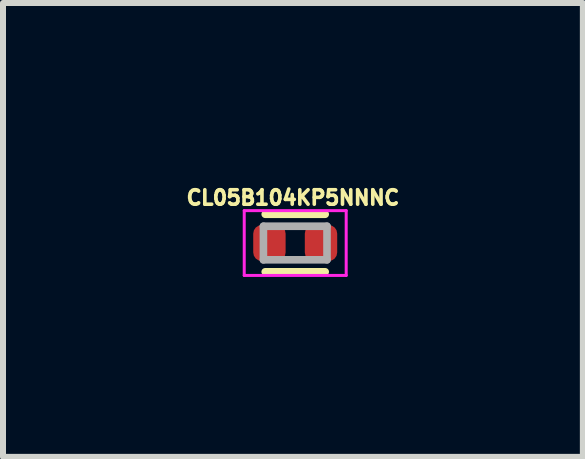
<source format=kicad_pcb>
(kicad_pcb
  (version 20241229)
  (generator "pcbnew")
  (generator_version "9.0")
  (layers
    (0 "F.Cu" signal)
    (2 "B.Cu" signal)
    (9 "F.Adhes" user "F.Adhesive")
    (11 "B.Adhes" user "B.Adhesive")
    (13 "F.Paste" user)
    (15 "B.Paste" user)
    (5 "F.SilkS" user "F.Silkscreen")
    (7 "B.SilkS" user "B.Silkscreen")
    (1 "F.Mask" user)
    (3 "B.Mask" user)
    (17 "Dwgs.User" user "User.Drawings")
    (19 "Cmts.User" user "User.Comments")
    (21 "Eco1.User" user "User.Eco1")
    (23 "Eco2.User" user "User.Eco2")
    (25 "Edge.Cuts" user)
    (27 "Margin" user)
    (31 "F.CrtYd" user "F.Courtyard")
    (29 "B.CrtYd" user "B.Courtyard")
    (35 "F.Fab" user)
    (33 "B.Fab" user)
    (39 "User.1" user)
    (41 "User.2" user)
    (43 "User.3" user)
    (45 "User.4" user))
  (footprint "CL05B104KP5NNNC"
    (layer "F.Cu")
    (at 1.872 1.002)
    (property "Reference" "CL05B104KP5NNNC" (at -0.038 -0.756 0) (layer "F.SilkS") (effects (font (size 0.241 0.241) (thickness 0.15))))
    (attr smd)
    (fp_line (start -0.5 0.48) (end 0.5 0.48) (stroke (width 0.127) (type solid)) (layer "F.SilkS"))
    (fp_line (start 0.5 -0.48) (end -0.5 -0.48) (stroke (width 0.127) (type solid)) (layer "F.SilkS"))
    (fp_line (start -0.85 -0.54) (end -0.85 0.54) (stroke (width 0.05) (type solid)) (layer "F.CrtYd"))
    (fp_line (start -0.85 0.54) (end 0.85 0.54) (stroke (width 0.05) (type solid)) (layer "F.CrtYd"))
    (fp_line (start 0.85 -0.54) (end -0.85 -0.54) (stroke (width 0.05) (type solid)) (layer "F.CrtYd"))
    (fp_line (start 0.85 0.54) (end 0.85 -0.54) (stroke (width 0.05) (type solid)) (layer "F.CrtYd"))
    (fp_line (start -0.53 -0.28) (end -0.53 0.28) (stroke (width 0.127) (type solid)) (layer "F.Fab"))
    (fp_line (start -0.53 0.28) (end 0.53 0.28) (stroke (width 0.127) (type solid)) (layer "F.Fab"))
    (fp_line (start 0.53 -0.28) (end -0.53 -0.28) (stroke (width 0.127) (type solid)) (layer "F.Fab"))
    (fp_line (start 0.53 0.28) (end 0.53 -0.28) (stroke (width 0.127) (type solid)) (layer "F.Fab"))
    (pad "1" smd roundrect (at -0.43 0) (size 0.54 0.6) (layers "F.Cu" "F.Mask" "F.Paste") (roundrect_rratio 0.265))
    (pad "2" smd roundrect (at 0.43 0) (size 0.54 0.6) (layers "F.Cu" "F.Mask" "F.Paste") (roundrect_rratio 0.265)))
  (gr_rect
    (start -3 -3)
    (end 6.668 4.567)
    (stroke (width 0.1) (type default))
    (fill no)
    (layer "Edge.Cuts")))
</source>
